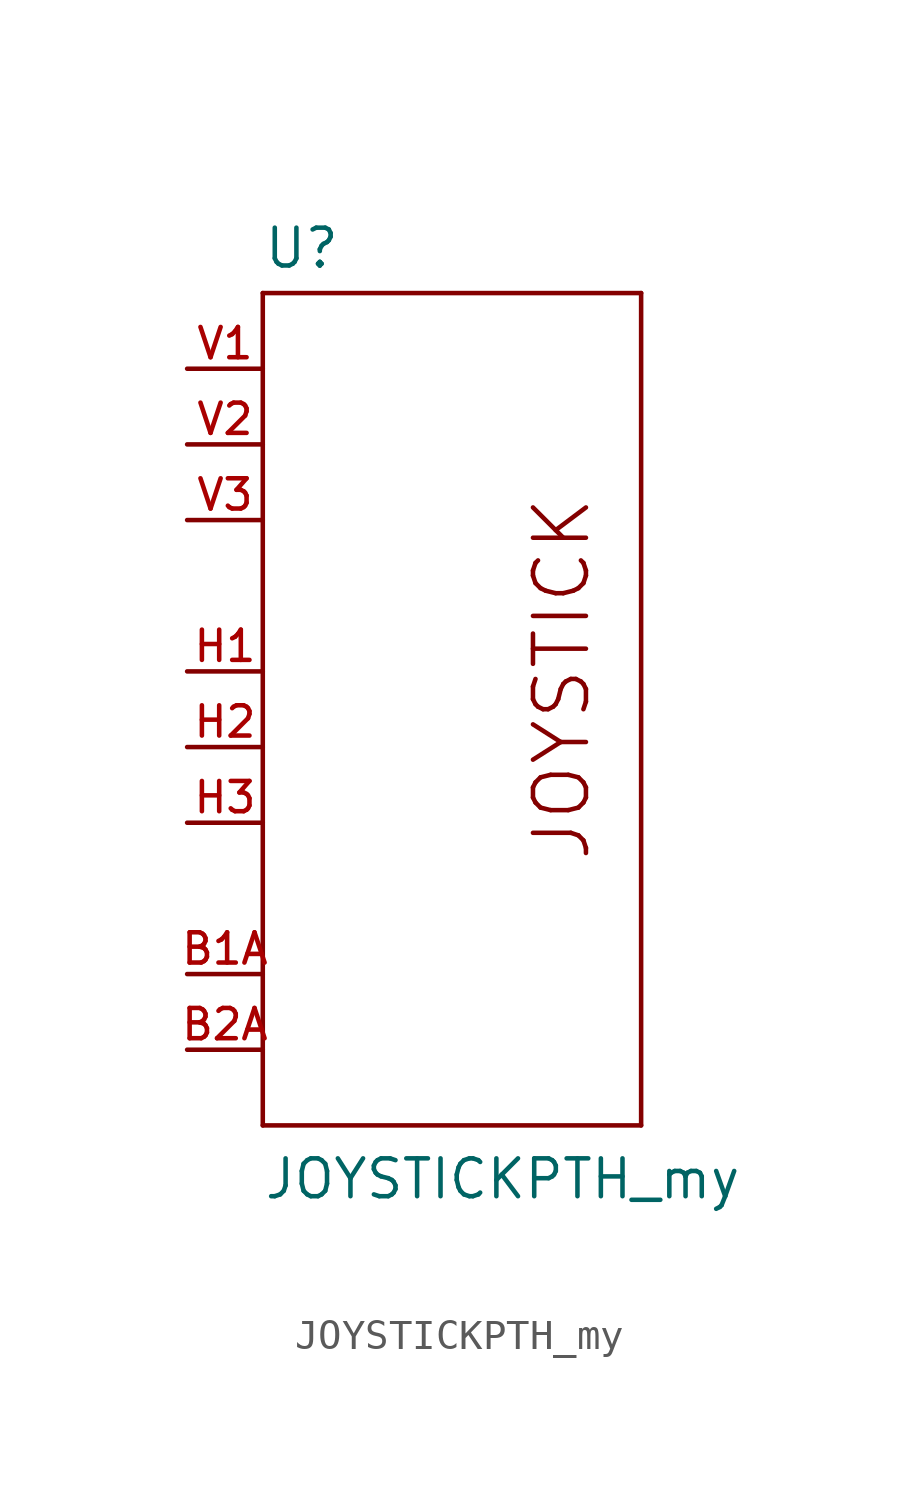
<source format=kicad_sym>
(kicad_symbol_lib
  (version 20211014)
  (generator kicad_symbol_editor)
  (symbol "JOYSTICKPTH_my"
    (pin_names
      (offset 1.016) hide)
    (property "Reference" "U"
      (at -7.62 13.462 0)
      (effects (font (size 1.27 1.27)) (justify left bottom)))
    (property "Value" "JOYSTICKPTH_my"
      (at -7.62 -17.78 0)
      (effects (font (size 1.27 1.27)) (justify left bottom)))
    (property "ki_locked" ""
      (at 0 0 0)
      (effects (font (size 1.27 1.27))))
    (symbol "JOYSTICKPTH_my_0_0"
      (pin bidirectional line (at -10.16 -10.16 0) (length 2.54) hide (name "SEL+" (effects (font (size 1.016 1.016)))) (number "B1B" (effects (font (size 1.016 1.016)))))
      (pin bidirectional line (at -10.16 -12.7 0) (length 2.54) hide (name "SEL-" (effects (font (size 1.016 1.016)))) (number "B2B" (effects (font (size 1.016 1.016))))))
    (symbol "JOYSTICKPTH_my_1_0"
      (polyline (pts (xy -7.62 -15.24) (xy -7.62 12.7)) (stroke (width 0) (type default) (color 0 0 0 0)) (fill (type none)))
      (polyline (pts (xy -7.62 12.7) (xy 5.08 12.7)) (stroke (width 0) (type default) (color 0 0 0 0)) (fill (type none)))
      (polyline (pts (xy 5.08 -15.24) (xy -7.62 -15.24)) (stroke (width 0) (type default) (color 0 0 0 0)) (fill (type none)))
      (polyline (pts (xy 5.08 12.7) (xy 5.08 -15.24)) (stroke (width 0) (type default) (color 0 0 0 0)) (fill (type none)))
      (text "JOYSTICK" (at 2.413 -0.254 900) (effects (font (size 1.778 1.778)))))
    (symbol "JOYSTICKPTH_my_1_1"
      (pin bidirectional line (at -10.16 -10.16 0) (length 2.54) (name "SEL+" (effects (font (size 1.016 1.016)))) (number "B1A" (effects (font (size 1.016 1.016)))))
      (pin bidirectional line (at -10.16 -12.7 0) (length 2.54) (name "SEL-" (effects (font (size 1.016 1.016)))) (number "B2A" (effects (font (size 1.016 1.016)))))
      (pin bidirectional line (at -10.16 0 0) (length 2.54) (name "H+" (effects (font (size 1.016 1.016)))) (number "H1" (effects (font (size 1.016 1.016)))))
      (pin bidirectional line (at -10.16 -2.54 0) (length 2.54) (name "H" (effects (font (size 1.016 1.016)))) (number "H2" (effects (font (size 1.016 1.016)))))
      (pin bidirectional line (at -10.16 -5.08 0) (length 2.54) (name "H-" (effects (font (size 1.016 1.016)))) (number "H3" (effects (font (size 1.016 1.016)))))
      (pin bidirectional line (at -10.16 10.16 0) (length 2.54) (name "V+" (effects (font (size 1.016 1.016)))) (number "V1" (effects (font (size 1.016 1.016)))))
      (pin bidirectional line (at -10.16 7.62 0) (length 2.54) (name "V" (effects (font (size 1.016 1.016)))) (number "V2" (effects (font (size 1.016 1.016)))))
      (pin bidirectional line (at -10.16 5.08 0) (length 2.54) (name "V-" (effects (font (size 1.016 1.016)))) (number "V3" (effects (font (size 1.016 1.016))))))))
</source>
